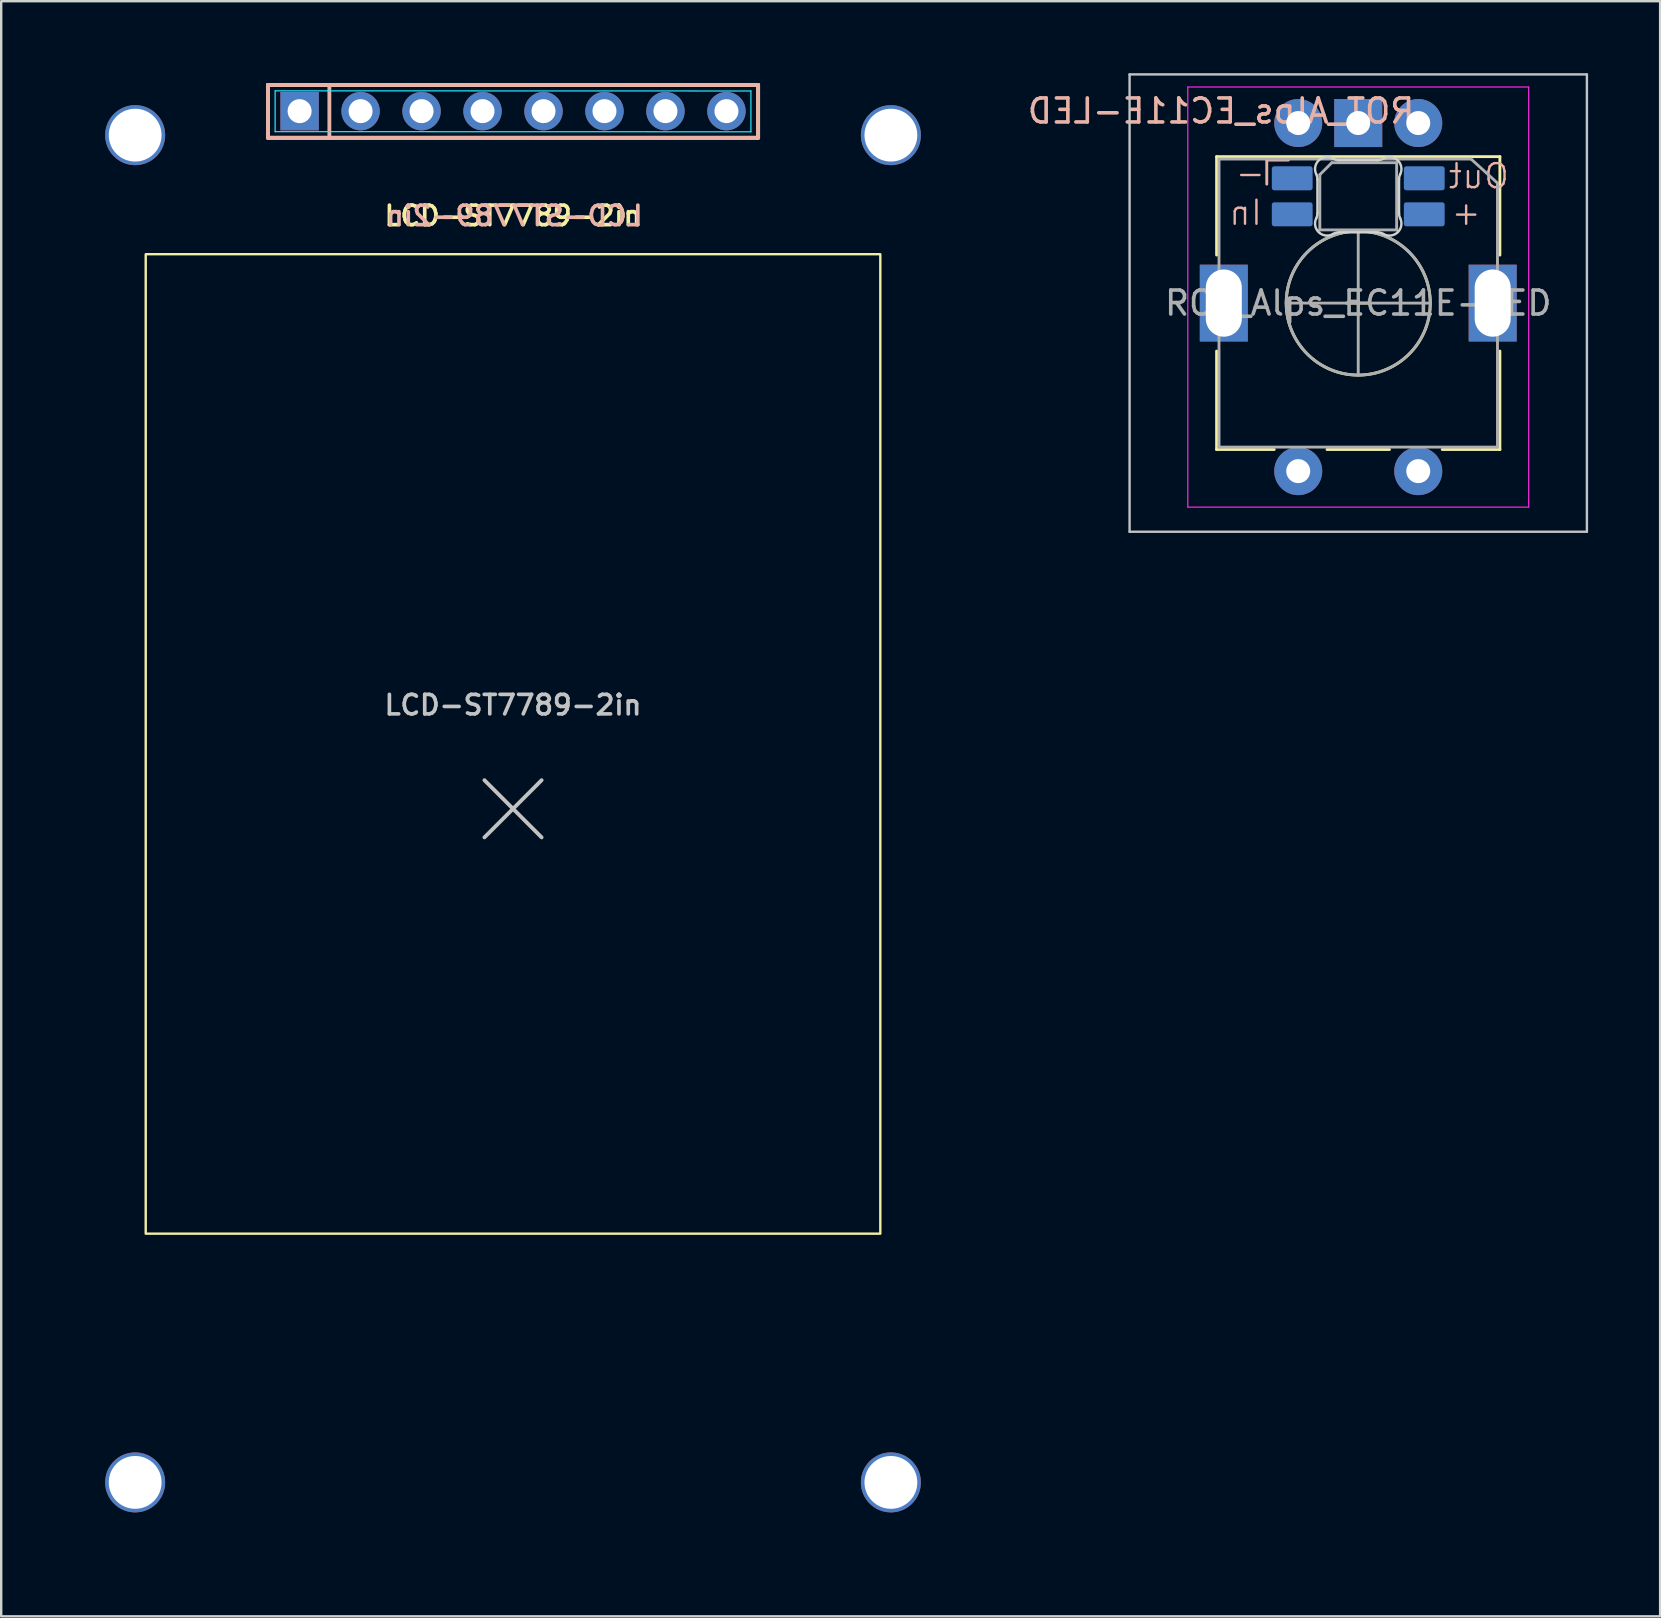
<source format=kicad_pcb>
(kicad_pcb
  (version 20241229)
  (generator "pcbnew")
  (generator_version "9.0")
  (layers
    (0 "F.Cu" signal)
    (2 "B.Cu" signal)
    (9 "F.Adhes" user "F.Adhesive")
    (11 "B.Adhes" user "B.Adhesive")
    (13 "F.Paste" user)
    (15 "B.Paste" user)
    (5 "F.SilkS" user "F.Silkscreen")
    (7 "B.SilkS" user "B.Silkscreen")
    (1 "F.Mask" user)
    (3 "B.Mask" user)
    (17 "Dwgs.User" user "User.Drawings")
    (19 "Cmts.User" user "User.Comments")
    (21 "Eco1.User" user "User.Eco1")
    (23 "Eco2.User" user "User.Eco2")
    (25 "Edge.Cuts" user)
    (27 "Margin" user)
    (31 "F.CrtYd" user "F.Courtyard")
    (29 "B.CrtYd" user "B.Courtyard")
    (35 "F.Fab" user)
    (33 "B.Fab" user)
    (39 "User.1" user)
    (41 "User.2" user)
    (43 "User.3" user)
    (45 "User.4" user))
  (footprint "LCD-ST7789-2in"
    (layer "F.Cu")
    (at 18.32 30.64)
    (property "Reference" "LCD-ST7789-2in" (at 0 -4.322 180) (layer "Dwgs.User") (effects (font (size 0.813 0.813) (thickness 0.152))))
    (attr through_hole)
    (fp_line (start -10.21 -30.15) (end 10.21 -30.15) (stroke (width 0.16) (type solid)) (layer "F.SilkS"))
    (fp_line (start -10.21 -27.95) (end -10.21 -30.15) (stroke (width 0.16) (type solid)) (layer "F.SilkS"))
    (fp_line (start 10.21 -30.15) (end 10.21 -27.95) (stroke (width 0.16) (type solid)) (layer "F.SilkS"))
    (fp_line (start 10.21 -27.95) (end -10.21 -27.95) (stroke (width 0.16) (type solid)) (layer "F.SilkS"))
    (fp_rect (start -15.3 -23.1) (end 15.3 17.7) (stroke (width 0.1) (type default)) (fill no) (layer "F.SilkS"))
    (fp_line (start -10.21 -30.15) (end -10.21 -27.95) (stroke (width 0.16) (type solid)) (layer "B.SilkS"))
    (fp_line (start -10.21 -27.95) (end 10.21 -27.95) (stroke (width 0.16) (type solid)) (layer "B.SilkS"))
    (fp_line (start -7.65 -27.95) (end -7.65 -30.15) (stroke (width 0.16) (type solid)) (layer "B.SilkS"))
    (fp_line (start 10.21 -30.15) (end -10.21 -30.15) (stroke (width 0.16) (type solid)) (layer "B.SilkS"))
    (fp_line (start 10.21 -27.95) (end 10.21 -30.15) (stroke (width 0.16) (type solid)) (layer "B.SilkS"))
    (fp_line (start -1.191 -1.191) (end 1.191 1.191) (stroke (width 0.16) (type solid)) (layer "Dwgs.User"))
    (fp_line (start 1.191 -1.191) (end -1.191 1.191) (stroke (width 0.16) (type solid)) (layer "Dwgs.User"))
    (fp_line (start -18.24 -30.56) (end -18.24 30.56) (stroke (width 0.16) (type solid)) (layer "Eco1.User"))
    (fp_line (start -18.24 -30.56) (end 18.24 -30.56) (stroke (width 0.16) (type solid)) (layer "Eco1.User"))
    (fp_line (start -18.24 30.56) (end 18.24 30.56) (stroke (width 0.16) (type solid)) (layer "Eco1.User"))
    (fp_line (start 18.24 -30.56) (end 18.24 30.56) (stroke (width 0.16) (type solid)) (layer "Eco1.User"))
    (fp_rect (start -18 -25.9) (end 18 25.9) (stroke (width 0.1) (type default)) (fill no) (layer "Eco1.User"))
    (fp_line (start -9.91 -29.906) (end 9.91 -29.9) (stroke (width 0.05) (type solid)) (layer "B.CrtYd"))
    (fp_line (start -9.91 -28.2) (end -9.91 -29.9) (stroke (width 0.05) (type solid)) (layer "B.CrtYd"))
    (fp_line (start 9.91 -29.9) (end 9.91 -28.2) (stroke (width 0.05) (type solid)) (layer "B.CrtYd"))
    (fp_line (start 9.91 -28.2) (end -9.91 -28.206) (stroke (width 0.05) (type solid)) (layer "B.CrtYd"))
    (fp_text user "${REFERENCE}" (at 0 -24.7 180) (layer "F.SilkS") (effects (font (size 0.813 0.813) (thickness 0.152))))
    (fp_text user "${REFERENCE}" (at 0.05 -24.7 0) (layer "B.SilkS") (effects (font (size 0.813 0.813) (thickness 0.152)) (justify mirror)))
    (pad "" np_thru_hole circle (at -15.74 -28.06) (size 2.5 2.5) (drill 2.2) (layers "*.Cu" "*.Mask"))
    (pad "" np_thru_hole circle (at -15.74 28.06) (size 2.5 2.5) (drill 2.2) (layers "*.Cu" "*.Mask"))
    (pad "" np_thru_hole circle (at 15.74 -28.06) (size 2.5 2.5) (drill 2.2) (layers "*.Cu" "*.Mask"))
    (pad "" np_thru_hole circle (at 15.74 28.06 90) (size 2.5 2.5) (drill 2.2) (layers "*.Cu" "*.Mask"))
    (pad "1" thru_hole rect (at -8.89 -29.06 180) (size 1.6 1.6) (drill 1) (layers "*.Cu" "*.Mask"))
    (pad "2" thru_hole circle (at -6.35 -29.06 180) (size 1.6 1.6) (drill 1) (layers "*.Cu" "*.Mask"))
    (pad "3" thru_hole circle (at -3.81 -29.06 180) (size 1.6 1.6) (drill 1) (layers "*.Cu" "*.Mask"))
    (pad "4" thru_hole circle (at -1.27 -29.06 180) (size 1.6 1.6) (drill 1) (layers "*.Cu" "*.Mask"))
    (pad "5" thru_hole circle (at 1.27 -29.06 180) (size 1.6 1.6) (drill 1) (layers "*.Cu" "*.Mask"))
    (pad "6" thru_hole circle (at 3.81 -29.06 180) (size 1.6 1.6) (drill 1) (layers "*.Cu" "*.Mask"))
    (pad "7" thru_hole circle (at 6.35 -29.06 180) (size 1.6 1.6) (drill 1) (layers "*.Cu" "*.Mask"))
    (pad "8" thru_hole circle (at 8.89 -29.06 180) (size 1.6 1.6) (drill 1) (layers "*.Cu" "*.Mask")))
  (footprint "ROT_Alps_EC11E-LED"
    (layer "F.Cu")
    (at 53.528 9.575)
    (property "Reference" "ROT_Alps_EC11E-LED" (at -5.715 -8.001 0) (layer "B.SilkS") (effects (font (size 1 1) (thickness 0.15)) (justify mirror)))
    (attr through_hole)
    (fp_line (start -5.9 -2) (end -5.9 -6.1) (stroke (width 0.12) (type solid)) (layer "F.SilkS"))
    (fp_line (start -5.9 6.1) (end -5.9 2) (stroke (width 0.12) (type solid)) (layer "F.SilkS"))
    (fp_line (start -3.5 6.1) (end -5.9 6.1) (stroke (width 0.12) (type solid)) (layer "F.SilkS"))
    (fp_line (start 0 -0.5) (end 0 0.5) (stroke (width 0.12) (type solid)) (layer "F.SilkS"))
    (fp_line (start 0.5 0) (end -0.5 0) (stroke (width 0.12) (type solid)) (layer "F.SilkS"))
    (fp_line (start 1.3 6.1) (end -1.3 6.1) (stroke (width 0.12) (type solid)) (layer "F.SilkS"))
    (fp_line (start 5.9 -6.1) (end -5.9 -6.1) (stroke (width 0.12) (type solid)) (layer "F.SilkS"))
    (fp_line (start 5.9 -2) (end 5.9 -6.1) (stroke (width 0.12) (type solid)) (layer "F.SilkS"))
    (fp_line (start 5.9 2) (end 5.9 6.1) (stroke (width 0.12) (type solid)) (layer "F.SilkS"))
    (fp_line (start 5.9 6.1) (end 3.5 6.1) (stroke (width 0.12) (type solid)) (layer "F.SilkS"))
    (fp_circle (center 0 0) (end 0 3) (stroke (width 0.12) (type solid)) (fill no) (layer "F.SilkS"))
    (fp_line (start -3.81 -5.956) (end -2.91 -5.956) (stroke (width 0.12) (type solid)) (layer "B.SilkS"))
    (fp_line (start -3.81 -4.956) (end -3.81 -5.956) (stroke (width 0.12) (type solid)) (layer "B.SilkS"))
    (fp_line (start -9.525 -9.525) (end -9.525 9.525) (stroke (width 0.1) (type solid)) (layer "Dwgs.User"))
    (fp_line (start -9.525 9.525) (end 9.525 9.525) (stroke (width 0.1) (type solid)) (layer "Dwgs.User"))
    (fp_line (start 9.525 -9.525) (end -9.525 -9.525) (stroke (width 0.1) (type solid)) (layer "Dwgs.User"))
    (fp_line (start 9.525 9.525) (end 9.525 -9.525) (stroke (width 0.1) (type solid)) (layer "Dwgs.User"))
    (fp_line (start -1.7 -5.151) (end -1.7 -3.745) (stroke (width 0.1) (type solid)) (layer "Edge.Cuts"))
    (fp_line (start -0.794 -2.948) (end 0.794 -2.948) (stroke (width 0.1) (type solid)) (layer "Edge.Cuts"))
    (fp_line (start 0.794 -5.948) (end -0.794 -5.948) (stroke (width 0.1) (type solid)) (layer "Edge.Cuts"))
    (fp_line (start 1.7 -3.745) (end 1.7 -5.151) (stroke (width 0.1) (type solid)) (layer "Edge.Cuts"))
    (fp_arc (start -1.749484 -5.36772) (mid -1.712518 -5.262071) (end -1.699999 -5.150843) (stroke (width 0.1) (type solid)) (layer "Edge.Cuts"))
    (fp_arc (start -1.749484 -5.36772) (mid -1.638071 -5.952035) (end -1.046711 -6.016298) (stroke (width 0.1) (type solid)) (layer "Edge.Cuts"))
    (fp_arc (start -1.699999 -3.745158) (mid -1.712528 -3.633932) (end -1.749484 -3.52828) (stroke (width 0.1) (type solid)) (layer "Edge.Cuts"))
    (fp_arc (start -1.046711 -2.879701) (mid -1.638072 -2.943965) (end -1.749484 -3.528281) (stroke (width 0.1) (type solid)) (layer "Edge.Cuts"))
    (fp_arc (start -1.046711 -2.879701) (mid -0.925123 -2.930623) (end -0.794452 -2.948) (stroke (width 0.1) (type solid)) (layer "Edge.Cuts"))
    (fp_arc (start -0.794453 -5.947999) (mid -0.925123 -5.965376) (end -1.046711 -6.016298) (stroke (width 0.1) (type solid)) (layer "Edge.Cuts"))
    (fp_arc (start 0.794452 -2.948) (mid 0.925122 -2.930623) (end 1.04671 -2.879701) (stroke (width 0.1) (type solid)) (layer "Edge.Cuts"))
    (fp_arc (start 1.046711 -6.016299) (mid 0.925123 -5.965377) (end 0.794453 -5.948) (stroke (width 0.1) (type solid)) (layer "Edge.Cuts"))
    (fp_arc (start 1.046711 -6.016299) (mid 1.638071 -5.952036) (end 1.749484 -5.36772) (stroke (width 0.1) (type solid)) (layer "Edge.Cuts"))
    (fp_arc (start 1.699999 -5.150842) (mid 1.712527 -5.262068) (end 1.749484 -5.36772) (stroke (width 0.1) (type solid)) (layer "Edge.Cuts"))
    (fp_arc (start 1.749484 -3.52828) (mid 1.63807 -2.943966) (end 1.046711 -2.879703) (stroke (width 0.1) (type solid)) (layer "Edge.Cuts"))
    (fp_arc (start 1.749484 -3.52828) (mid 1.71251 -3.633928) (end 1.699999 -3.745157) (stroke (width 0.1) (type solid)) (layer "Edge.Cuts"))
    (fp_line (start -7.1 8.5) (end -7.1 -9) (stroke (width 0.05) (type solid)) (layer "F.CrtYd"))
    (fp_line (start -7.1 8.5) (end 7.1 8.5) (stroke (width 0.05) (type solid)) (layer "F.CrtYd"))
    (fp_line (start 7.1 -9) (end -7.1 -9) (stroke (width 0.05) (type solid)) (layer "F.CrtYd"))
    (fp_line (start 7.1 -9) (end 7.1 8.5) (stroke (width 0.05) (type solid)) (layer "F.CrtYd"))
    (fp_line (start -5.8 -6) (end 4.7 -6) (stroke (width 0.12) (type solid)) (layer "F.Fab"))
    (fp_line (start -5.8 6) (end -5.8 -6) (stroke (width 0.12) (type solid)) (layer "F.Fab"))
    (fp_line (start -1.6 -5.348) (end -1.6 -3.048) (stroke (width 0.12) (type solid)) (layer "F.Fab"))
    (fp_line (start -1.6 -5.348) (end -1.1 -5.848) (stroke (width 0.12) (type solid)) (layer "F.Fab"))
    (fp_line (start -1.6 -3.048) (end 1.6 -3.048) (stroke (width 0.12) (type solid)) (layer "F.Fab"))
    (fp_line (start 0 -3) (end 0 3) (stroke (width 0.12) (type solid)) (layer "F.Fab"))
    (fp_line (start 1.6 -5.848) (end -1.1 -5.848) (stroke (width 0.12) (type solid)) (layer "F.Fab"))
    (fp_line (start 1.6 -5.848) (end 1.6 -3.048) (stroke (width 0.12) (type solid)) (layer "F.Fab"))
    (fp_line (start 3 0) (end -3 0) (stroke (width 0.12) (type solid)) (layer "F.Fab"))
    (fp_line (start 4.7 -6) (end 5.8 -5) (stroke (width 0.12) (type solid)) (layer "F.Fab"))
    (fp_line (start 5.8 -5) (end 5.8 6) (stroke (width 0.12) (type solid)) (layer "F.Fab"))
    (fp_line (start 5.8 6) (end -5.8 6) (stroke (width 0.12) (type solid)) (layer "F.Fab"))
    (fp_circle (center 0 0) (end 0 3) (stroke (width 0.12) (type solid)) (fill no) (layer "F.Fab"))
    (fp_text user "In" (at -3.937 -3.178 0) (unlocked yes) (layer "B.SilkS") (effects (font (size 1 1) (thickness 0.1)) (justify left bottom mirror)))
    (fp_text user "Out" (at 6.35 -4.702 0) (unlocked yes) (layer "B.SilkS") (effects (font (size 1 1) (thickness 0.1)) (justify left bottom mirror)))
    (fp_text user "+" (at 3.81 -4.194 180) (unlocked yes) (layer "B.SilkS") (effects (font (size 1 1) (thickness 0.1)) (justify left bottom mirror)))
    (fp_text user "-" (at -3.81 -5.845 180) (unlocked yes) (layer "B.SilkS") (effects (font (size 1 1) (thickness 0.1)) (justify left bottom)))
    (fp_text user "${REFERENCE}" (at 0 0 0) (layer "F.Fab") (effects (font (size 1 1) (thickness 0.15))))
    (pad "3" smd roundrect (at 2.75 -3.698 270) (size 1 1.7) (layers "B.Cu" "B.Mask" "B.Paste") (roundrect_rratio 0.1))
    (pad "4" smd roundrect (at 2.75 -5.198 270) (size 1 1.7) (layers "B.Cu" "B.Mask" "B.Paste") (roundrect_rratio 0.1))
    (pad "5" smd roundrect (at -2.75 -3.698 90) (size 1 1.7) (layers "B.Cu" "B.Mask" "B.Paste") (roundrect_rratio 0.1))
    (pad "6" smd roundrect (at -2.75 -5.198 90) (size 1 1.7) (layers "B.Cu" "B.Mask" "B.Paste") (roundrect_rratio 0.1))
    (pad "A" thru_hole circle (at 2.5 -7.5 270) (size 2 2) (drill 1) (layers "*.Cu" "*.Mask"))
    (pad "B" thru_hole circle (at -2.5 -7.5 270) (size 2 2) (drill 1) (layers "*.Cu" "*.Mask"))
    (pad "C" thru_hole rect (at 0 -7.5 270) (size 2 2) (drill 1) (layers "*.Cu" "*.Mask"))
    (pad "MP" thru_hole rect (at -5.6 0 270) (size 3.2 2) (drill oval 2.8 1.5) (layers "*.Cu" "*.Mask"))
    (pad "MP" thru_hole rect (at 5.6 0 270) (size 3.2 2) (drill oval 2.8 1.5) (layers "*.Cu" "*.Mask"))
    (pad "S1" thru_hole circle (at 2.5 7 270) (size 2 2) (drill 1) (layers "*.Cu" "*.Mask"))
    (pad "S2" thru_hole circle (at -2.5 7 270) (size 2 2) (drill 1) (layers "*.Cu" "*.Mask")))
  (gr_rect
    (start -3 -3)
    (end 66.103 64.28)
    (stroke (width 0.1) (type default))
    (fill no)
    (layer "Edge.Cuts")))
</source>
